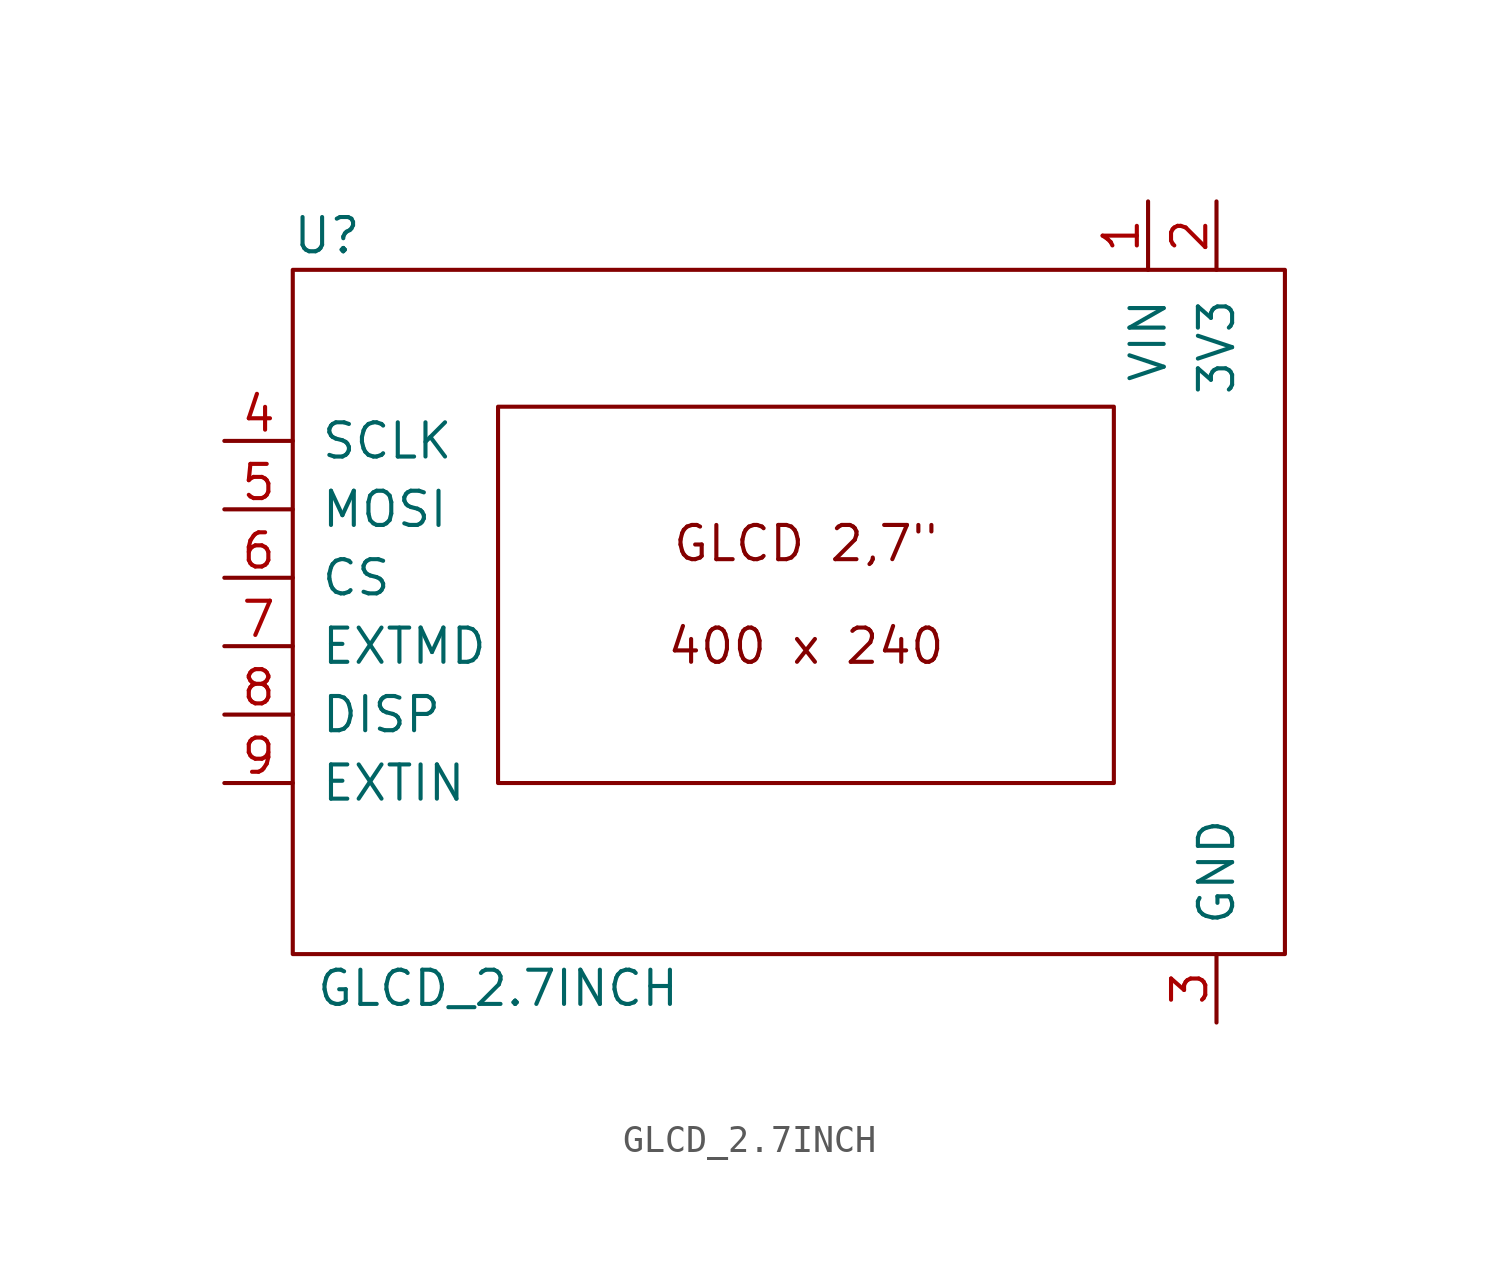
<source format=kicad_sym>
(kicad_symbol_lib
  (version 20211014)
  (generator kicad_symbol_editor)
  (symbol "GLCD_2.7INCH"
    (pin_names
      (offset 1.016))
    (property "Reference" "U"
      (at 1.27 26.67 0)
      (effects (font (size 1.27 1.27))))
    (property "Value" "GLCD_2.7INCH"
      (at 7.62 -1.27 0)
      (effects (font (size 1.27 1.27))))
    (symbol "GLCD_2.7INCH_0_0"
      (rectangle (start 0 25.4) (end 36.83 0) (stroke (width 0) (type default)) (fill (type none)))
      (rectangle (start 7.62 20.32) (end 30.48 6.35) (stroke (width 0) (type default)) (fill (type none)))
      (text "400 x 240" (at 19.05 11.43 0) (effects (font (size 1.27 1.27))))
      (text "GLCD 2,7\"" (at 19.05 15.24 0) (effects (font (size 1.27 1.27)))))
    (symbol "GLCD_2.7INCH_1_1"
      (pin power_in line (at 31.75 27.94 270) (length 2.54) (name "VIN" (effects (font (size 1.27 1.27)))) (number "1" (effects (font (size 1.27 1.27)))))
      (pin power_in line (at 34.29 27.94 270) (length 2.54) (name "3V3" (effects (font (size 1.27 1.27)))) (number "2" (effects (font (size 1.27 1.27)))))
      (pin power_in line (at 34.29 -2.54 90) (length 2.54) (name "GND" (effects (font (size 1.27 1.27)))) (number "3" (effects (font (size 1.27 1.27)))))
      (pin input line (at -2.54 19.05 0) (length 2.54) (name "SCLK" (effects (font (size 1.27 1.27)))) (number "4" (effects (font (size 1.27 1.27)))))
      (pin input line (at -2.54 16.51 0) (length 2.54) (name "MOSI" (effects (font (size 1.27 1.27)))) (number "5" (effects (font (size 1.27 1.27)))))
      (pin input line (at -2.54 13.97 0) (length 2.54) (name "CS" (effects (font (size 1.27 1.27)))) (number "6" (effects (font (size 1.27 1.27)))))
      (pin input line (at -2.54 11.43 0) (length 2.54) (name "EXTMD" (effects (font (size 1.27 1.27)))) (number "7" (effects (font (size 1.27 1.27)))))
      (pin input line (at -2.54 8.89 0) (length 2.54) (name "DISP" (effects (font (size 1.27 1.27)))) (number "8" (effects (font (size 1.27 1.27)))))
      (pin input line (at -2.54 6.35 0) (length 2.54) (name "EXTIN" (effects (font (size 1.27 1.27)))) (number "9" (effects (font (size 1.27 1.27))))))))
</source>
